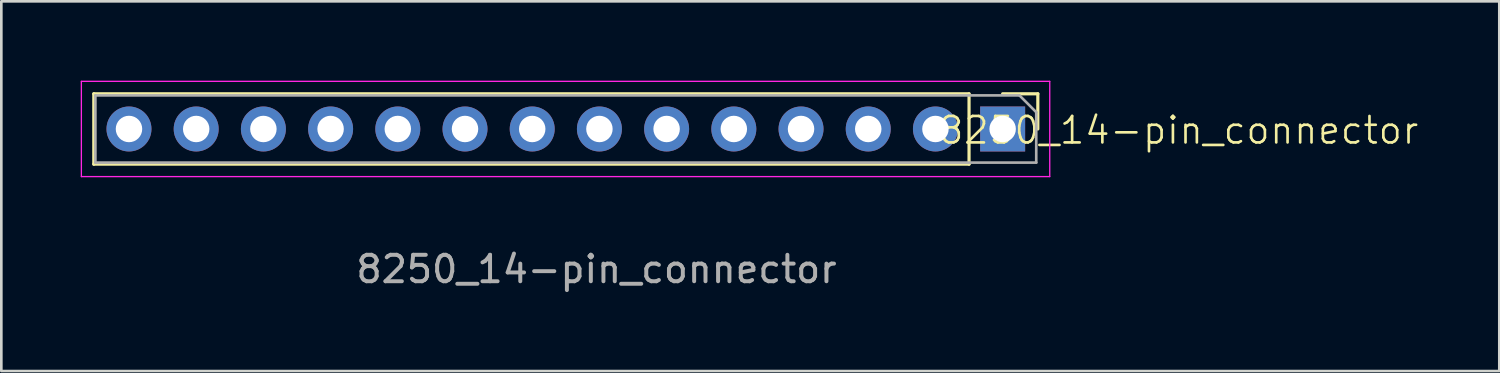
<source format=kicad_pcb>
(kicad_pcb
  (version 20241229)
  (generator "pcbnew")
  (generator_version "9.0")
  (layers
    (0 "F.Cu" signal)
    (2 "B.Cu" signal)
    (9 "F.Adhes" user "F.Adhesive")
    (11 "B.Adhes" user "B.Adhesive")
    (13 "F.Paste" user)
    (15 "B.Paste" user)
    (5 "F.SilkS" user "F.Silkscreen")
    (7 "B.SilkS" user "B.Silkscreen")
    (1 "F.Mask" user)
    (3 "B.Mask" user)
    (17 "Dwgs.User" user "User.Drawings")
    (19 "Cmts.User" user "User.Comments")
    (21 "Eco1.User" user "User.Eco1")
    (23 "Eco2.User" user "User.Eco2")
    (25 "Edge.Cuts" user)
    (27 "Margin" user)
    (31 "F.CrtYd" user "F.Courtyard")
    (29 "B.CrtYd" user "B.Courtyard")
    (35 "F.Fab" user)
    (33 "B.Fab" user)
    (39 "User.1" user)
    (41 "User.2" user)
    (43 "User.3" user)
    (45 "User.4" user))
  (footprint "8250_14-pin_connector"
    (layer "F.Cu")
    (at 18.375 1.875)
    (property "Reference" "8250_14-pin_connector" (at 23.12 0 0) (unlocked yes) (layer "F.SilkS") (effects (font (size 1 1) (thickness 0.1))))
    (attr through_hole)
    (fp_line (start -17.88 -1.38) (end -17.88 1.28) (stroke (width 0.12) (type solid)) (layer "F.SilkS"))
    (fp_line (start 15.2 -1.38) (end -17.88 -1.38) (stroke (width 0.12) (type solid)) (layer "F.SilkS"))
    (fp_line (start 15.2 -1.38) (end 15.2 1.28) (stroke (width 0.12) (type solid)) (layer "F.SilkS"))
    (fp_line (start 15.2 1.28) (end -17.88 1.28) (stroke (width 0.12) (type solid)) (layer "F.SilkS"))
    (fp_line (start 16.47 -1.38) (end 17.8 -1.38) (stroke (width 0.12) (type solid)) (layer "F.SilkS"))
    (fp_line (start 17.8 -1.38) (end 17.8 -0.05) (stroke (width 0.12) (type solid)) (layer "F.SilkS"))
    (fp_line (start -18.35 -1.85) (end -18.35 1.75) (stroke (width 0.05) (type solid)) (layer "F.CrtYd"))
    (fp_line (start -18.35 1.75) (end 18.25 1.75) (stroke (width 0.05) (type solid)) (layer "F.CrtYd"))
    (fp_line (start 18.25 -1.85) (end -18.35 -1.85) (stroke (width 0.05) (type solid)) (layer "F.CrtYd"))
    (fp_line (start 18.25 1.75) (end 18.25 -1.85) (stroke (width 0.05) (type solid)) (layer "F.CrtYd"))
    (fp_line (start -17.82 -1.32) (end 17.105 -1.32) (stroke (width 0.1) (type solid)) (layer "F.Fab"))
    (fp_line (start -17.82 1.22) (end -17.82 -1.32) (stroke (width 0.1) (type solid)) (layer "F.Fab"))
    (fp_line (start 17.105 -1.32) (end 17.74 -0.685) (stroke (width 0.1) (type solid)) (layer "F.Fab"))
    (fp_line (start 17.74 -0.685) (end 17.74 1.22) (stroke (width 0.1) (type solid)) (layer "F.Fab"))
    (fp_line (start 17.74 1.22) (end -17.82 1.22) (stroke (width 0.1) (type solid)) (layer "F.Fab"))
    (fp_text user "${REFERENCE}" (at 1.12 5.25 0) (unlocked yes) (layer "F.Fab") (effects (font (size 1 1) (thickness 0.15))))
    (pad "P1-1" thru_hole oval (at 1.23 -0.05 270) (size 1.7 1.7) (drill 1) (layers "*.Cu" "*.Mask"))
    (pad "P1-2" thru_hole oval (at -1.31 -0.05 270) (size 1.7 1.7) (drill 1) (layers "*.Cu" "*.Mask"))
    (pad "P1-3" thru_hole oval (at -3.85 -0.05 270) (size 1.7 1.7) (drill 1) (layers "*.Cu" "*.Mask"))
    (pad "P1-4" thru_hole oval (at -6.39 -0.05 270) (size 1.7 1.7) (drill 1) (layers "*.Cu" "*.Mask"))
    (pad "P2-1" thru_hole oval (at -8.93 -0.05 270) (size 1.7 1.7) (drill 1) (layers "*.Cu" "*.Mask"))
    (pad "P2-2" thru_hole oval (at -11.47 -0.05 270) (size 1.7 1.7) (drill 1) (layers "*.Cu" "*.Mask"))
    (pad "P2-3" thru_hole oval (at -14.01 -0.05 270) (size 1.7 1.7) (drill 1) (layers "*.Cu" "*.Mask"))
    (pad "P2-4" thru_hole oval (at -16.55 -0.05 270) (size 1.7 1.7) (drill 1) (layers "*.Cu" "*.Mask"))
    (pad "P3-1" thru_hole oval (at 11.39 -0.05 270) (size 1.7 1.7) (drill 1) (layers "*.Cu" "*.Mask"))
    (pad "P3-2" thru_hole oval (at 8.85 -0.05 270) (size 1.7 1.7) (drill 1) (layers "*.Cu" "*.Mask"))
    (pad "P4-1" thru_hole oval (at 6.31 -0.05 270) (size 1.7 1.7) (drill 1) (layers "*.Cu" "*.Mask"))
    (pad "P4-2" thru_hole oval (at 3.77 -0.05 270) (size 1.7 1.7) (drill 1) (layers "*.Cu" "*.Mask"))
    (pad "P5-1" thru_hole rect (at 16.47 -0.05 270) (size 1.7 1.7) (drill 1) (layers "*.Cu" "*.Mask"))
    (pad "P5-2" thru_hole oval (at 13.93 -0.05 270) (size 1.7 1.7) (drill 1) (layers "*.Cu" "*.Mask")))
  (gr_rect
    (start -3 -3)
    (end 53.616 10.973)
    (stroke (width 0.1) (type default))
    (fill no)
    (layer "Edge.Cuts")))
</source>
